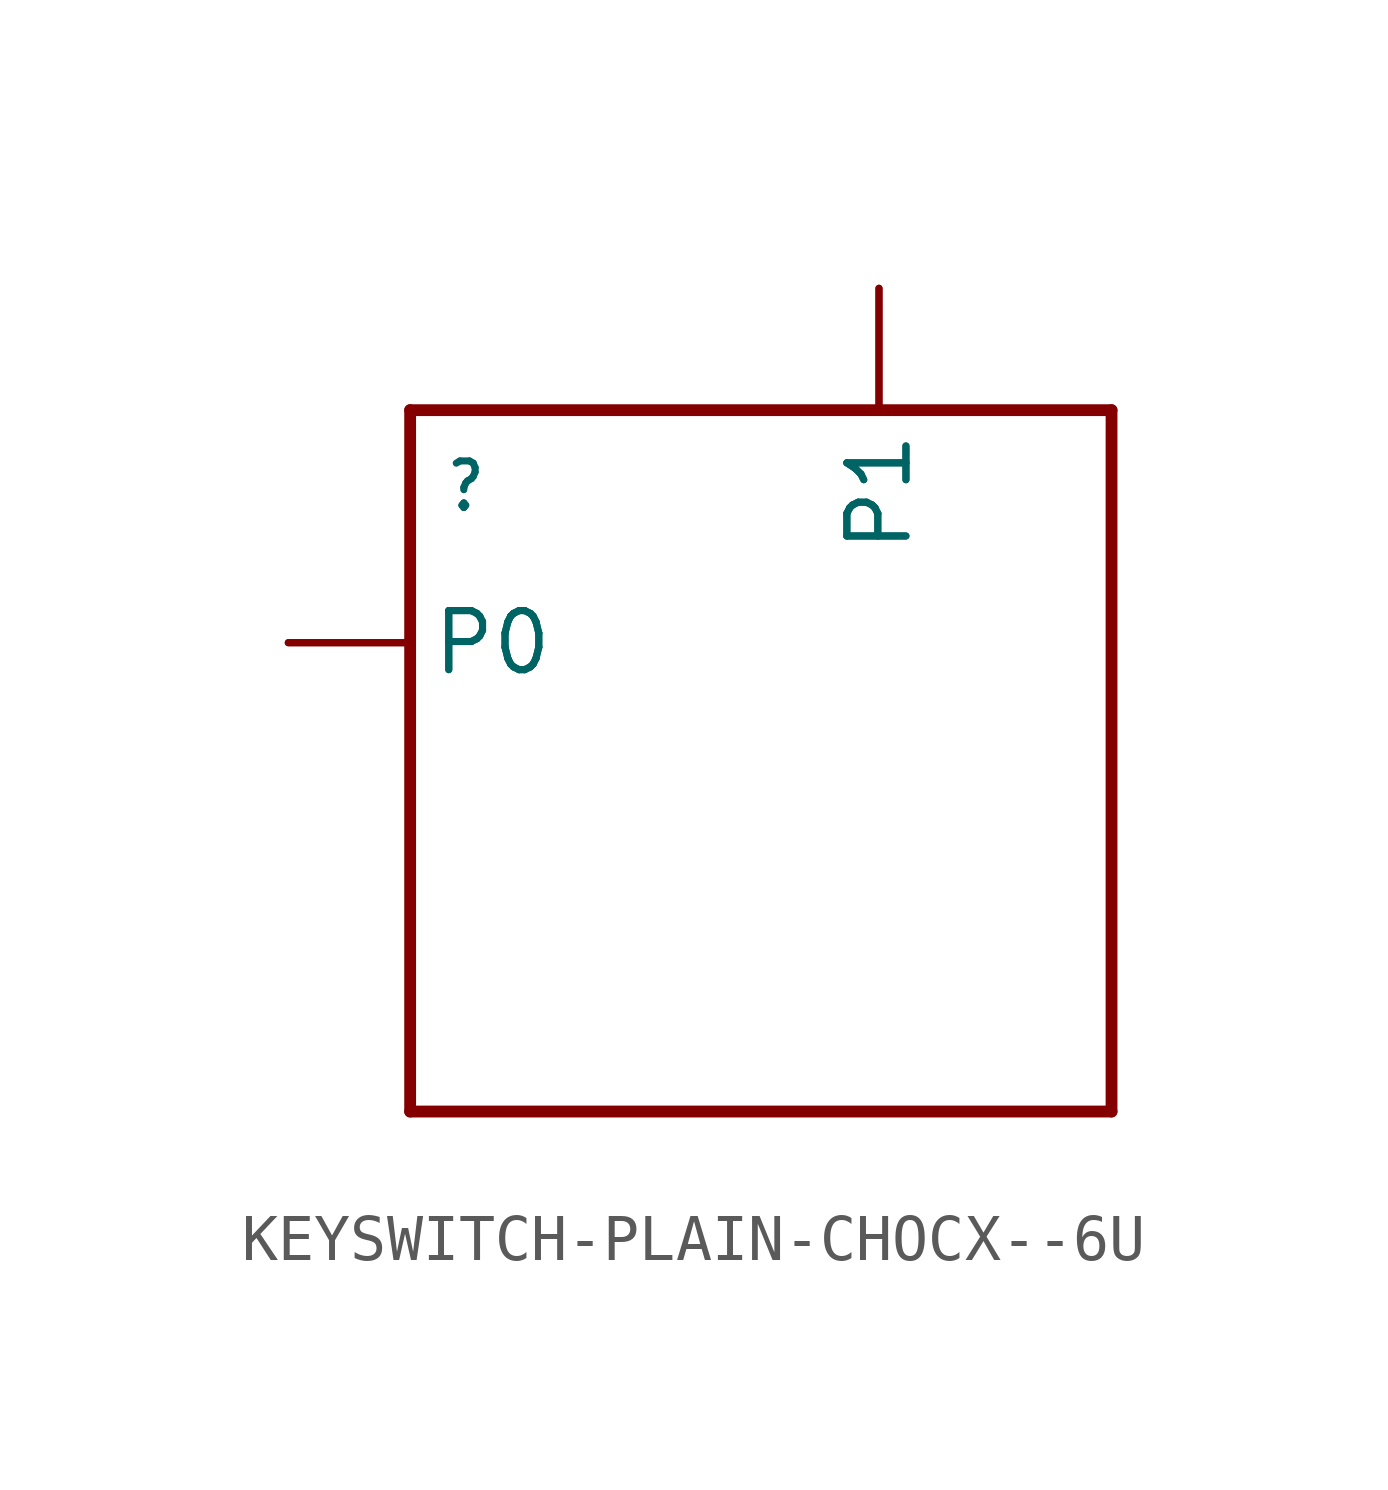
<source format=kicad_sym>
(kicad_symbol_lib
  (version 20211014)
  (generator kicad_symbol_editor)
  (symbol "KEYSWITCH-PLAIN-CHOCX--6U"
    (property "Reference" ""
      (at -6.81 5.318 0)
      (effects (font (size 1 0.85)) (justify left bottom)))
    (property "ki_locked" ""
      (at 0 0 0)
      (effects (font (size 1.27 1.27))))
    (symbol "KEYSWITCH-PLAIN-CHOCX--6U_1_0"
      (polyline (pts (xy -7.54 -7.54) (xy -7.54 7.54)) (stroke (width 0.254) (type default) (color 0 0 0 0)) (fill (type none)))
      (polyline (pts (xy -7.54 7.54) (xy 7.54 7.54)) (stroke (width 0.254) (type default) (color 0 0 0 0)) (fill (type none)))
      (polyline (pts (xy 7.54 -7.54) (xy -7.54 -7.54)) (stroke (width 0.254) (type default) (color 0 0 0 0)) (fill (type none)))
      (polyline (pts (xy 7.54 7.54) (xy 7.54 -7.54)) (stroke (width 0.254) (type default) (color 0 0 0 0)) (fill (type none)))
      (pin bidirectional line (at -10.16 2.54 0) (length 2.54) (name "P0" (effects (font (size 1.27 1.27)))) (number "CHOC1" (effects (font (size 0 0)))))
      (pin bidirectional line (at 2.54 10.16 270) (length 2.54) (name "P1" (effects (font (size 1.27 1.27)))) (number "CHOC2" (effects (font (size 0 0)))))
      (pin bidirectional line (at -10.16 2.54 0) (length 2.54) (name "P0" (effects (font (size 1.27 1.27)))) (number "X1" (effects (font (size 0 0)))))
      (pin bidirectional line (at 2.54 10.16 270) (length 2.54) (name "P1" (effects (font (size 1.27 1.27)))) (number "X2" (effects (font (size 0 0))))))))
</source>
